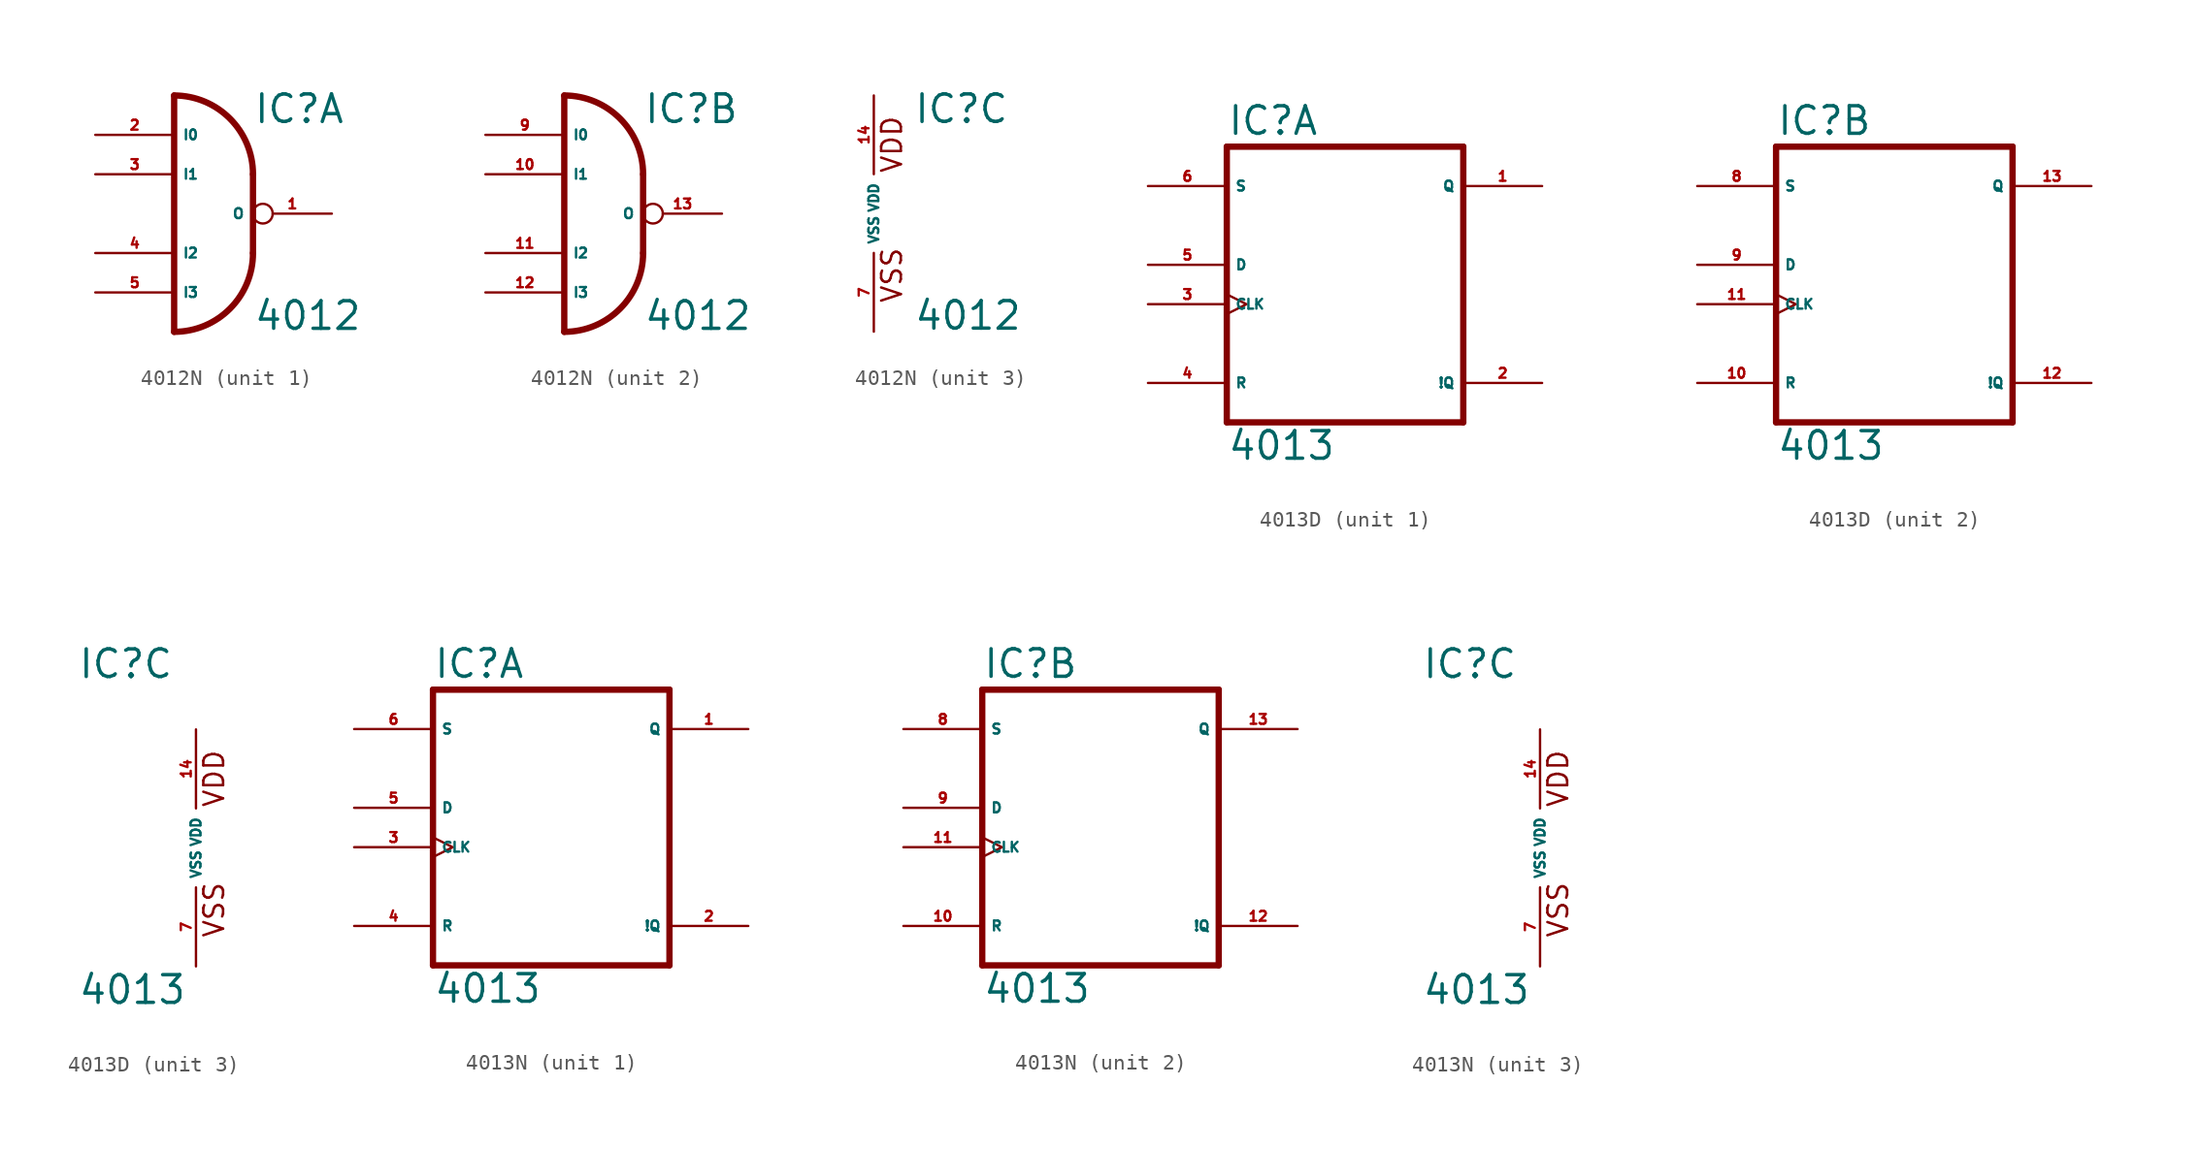
<source format=kicad_sym>
(kicad_symbol_lib
  (version 20220914)
  (generator Eagle2Kicad)
  (symbol "4012N"
    (property "Reference" "IC"
      (at 2.54 5.715 0)
      (effects (font (size 1.778 1.778) (thickness 0.22)) (justify left bottom)))
    (property "Value" "4012"
      (at 2.54 -7.62 0)
      (effects (font (size 1.778 1.778) (thickness 0.22)) (justify left bottom)))
    (symbol "4012N_1_0"
      (arc (start 2.54 2.54) (mid 1.052 6.132) (end -2.54 7.62) (stroke (width 0.4064) (type default)) (fill (type none)))
      (arc (start -2.54 -7.62) (mid 1.052 -6.132) (end 2.54 -2.54) (stroke (width 0.4064) (type default)) (fill (type none)))
      (polyline (pts (xy 2.54 2.54) (xy 2.54 -2.54)) (stroke (width 0.406) (type default)) (fill (type none)))
      (polyline (pts (xy -2.54 7.62) (xy -2.54 -7.62)) (stroke (width 0.406) (type default)) (fill (type none)))
      (pin output inverted (at 7.62 0 180) (length 5.08) (name "O" (effects (font (size 0.635 0.635) (thickness 0.08)) (justify left bottom))) (number "1" (effects (font (size 0.635 0.635) (thickness 0.08)) (justify left bottom))))
      (pin input line (at -7.62 5.08 0) (length 5.08) (name "I0" (effects (font (size 0.635 0.635) (thickness 0.08)) (justify left bottom))) (number "2" (effects (font (size 0.635 0.635) (thickness 0.08)) (justify left bottom))))
      (pin input line (at -7.62 2.54 0) (length 5.08) (name "I1" (effects (font (size 0.635 0.635) (thickness 0.08)) (justify left bottom))) (number "3" (effects (font (size 0.635 0.635) (thickness 0.08)) (justify left bottom))))
      (pin input line (at -7.62 -2.54 0) (length 5.08) (name "I2" (effects (font (size 0.635 0.635) (thickness 0.08)) (justify left bottom))) (number "4" (effects (font (size 0.635 0.635) (thickness 0.08)) (justify left bottom))))
      (pin input line (at -7.62 -5.08 0) (length 5.08) (name "I3" (effects (font (size 0.635 0.635) (thickness 0.08)) (justify left bottom))) (number "5" (effects (font (size 0.635 0.635) (thickness 0.08)) (justify left bottom)))))
    (symbol "4012N_2_0"
      (arc (start 2.54 2.54) (mid 1.052 6.132) (end -2.54 7.62) (stroke (width 0.4064) (type default)) (fill (type none)))
      (arc (start -2.54 -7.62) (mid 1.052 -6.132) (end 2.54 -2.54) (stroke (width 0.4064) (type default)) (fill (type none)))
      (polyline (pts (xy 2.54 2.54) (xy 2.54 -2.54)) (stroke (width 0.406) (type default)) (fill (type none)))
      (polyline (pts (xy -2.54 7.62) (xy -2.54 -7.62)) (stroke (width 0.406) (type default)) (fill (type none)))
      (pin output inverted (at 7.62 0 180) (length 5.08) (name "O" (effects (font (size 0.635 0.635) (thickness 0.08)) (justify left bottom))) (number "13" (effects (font (size 0.635 0.635) (thickness 0.08)) (justify left bottom))))
      (pin input line (at -7.62 5.08 0) (length 5.08) (name "I0" (effects (font (size 0.635 0.635) (thickness 0.08)) (justify left bottom))) (number "9" (effects (font (size 0.635 0.635) (thickness 0.08)) (justify left bottom))))
      (pin input line (at -7.62 2.54 0) (length 5.08) (name "I1" (effects (font (size 0.635 0.635) (thickness 0.08)) (justify left bottom))) (number "10" (effects (font (size 0.635 0.635) (thickness 0.08)) (justify left bottom))))
      (pin input line (at -7.62 -2.54 0) (length 5.08) (name "I2" (effects (font (size 0.635 0.635) (thickness 0.08)) (justify left bottom))) (number "11" (effects (font (size 0.635 0.635) (thickness 0.08)) (justify left bottom))))
      (pin input line (at -7.62 -5.08 0) (length 5.08) (name "I3" (effects (font (size 0.635 0.635) (thickness 0.08)) (justify left bottom))) (number "12" (effects (font (size 0.635 0.635) (thickness 0.08)) (justify left bottom)))))
    (symbol "4012N_3_0"
      (text "VDD" (at 1.905 2.54 900) (effects (font (size 1.27 1.27) (thickness 0.16)) (justify left bottom)))
      (text "VSS" (at 1.905 -5.842 900) (effects (font (size 1.27 1.27) (thickness 0.16)) (justify left bottom)))
      (pin unspecified line (at 0 -7.62 90) (length 5.08) (name "VSS" (effects (font (size 0.635 0.635) (thickness 0.08)) (justify left bottom))) (number "7" (effects (font (size 0.635 0.635) (thickness 0.08)) (justify left bottom))))
      (pin unspecified line (at 0 7.62 270) (length 5.08) (name "VDD" (effects (font (size 0.635 0.635) (thickness 0.08)) (justify left bottom))) (number "14" (effects (font (size 0.635 0.635) (thickness 0.08)) (justify left bottom))))))
  (symbol "4013D"
    (property "Reference" "IC"
      (at -7.62 10.795 0)
      (effects (font (size 1.778 1.778) (thickness 0.22)) (justify left bottom)))
    (property "Value" "4013"
      (at -7.62 -10.16 0)
      (effects (font (size 1.778 1.778) (thickness 0.22)) (justify left bottom)))
    (symbol "4013D_1_0"
      (polyline (pts (xy -7.62 -7.62) (xy 7.62 -7.62)) (stroke (width 0.406) (type default)) (fill (type none)))
      (polyline (pts (xy 7.62 -7.62) (xy 7.62 10.16)) (stroke (width 0.406) (type default)) (fill (type none)))
      (polyline (pts (xy 7.62 10.16) (xy -7.62 10.16)) (stroke (width 0.406) (type default)) (fill (type none)))
      (polyline (pts (xy -7.62 10.16) (xy -7.62 -7.62)) (stroke (width 0.406) (type default)) (fill (type none)))
      (pin output line (at 12.7 7.62 180) (length 5.08) (name "Q" (effects (font (size 0.635 0.635) (thickness 0.08)) (justify left bottom))) (number "1" (effects (font (size 0.635 0.635) (thickness 0.08)) (justify left bottom))))
      (pin output line (at 12.7 -5.08 180) (length 5.08) (name "!Q" (effects (font (size 0.635 0.635) (thickness 0.08)) (justify left bottom))) (number "2" (effects (font (size 0.635 0.635) (thickness 0.08)) (justify left bottom))))
      (pin input clock (at -12.7 0 0) (length 5.08) (name "CLK" (effects (font (size 0.635 0.635) (thickness 0.08)) (justify left bottom))) (number "3" (effects (font (size 0.635 0.635) (thickness 0.08)) (justify left bottom))))
      (pin input line (at -12.7 -5.08 0) (length 5.08) (name "R" (effects (font (size 0.635 0.635) (thickness 0.08)) (justify left bottom))) (number "4" (effects (font (size 0.635 0.635) (thickness 0.08)) (justify left bottom))))
      (pin input line (at -12.7 2.54 0) (length 5.08) (name "D" (effects (font (size 0.635 0.635) (thickness 0.08)) (justify left bottom))) (number "5" (effects (font (size 0.635 0.635) (thickness 0.08)) (justify left bottom))))
      (pin input line (at -12.7 7.62 0) (length 5.08) (name "S" (effects (font (size 0.635 0.635) (thickness 0.08)) (justify left bottom))) (number "6" (effects (font (size 0.635 0.635) (thickness 0.08)) (justify left bottom)))))
    (symbol "4013D_2_0"
      (polyline (pts (xy -7.62 -7.62) (xy 7.62 -7.62)) (stroke (width 0.406) (type default)) (fill (type none)))
      (polyline (pts (xy 7.62 -7.62) (xy 7.62 10.16)) (stroke (width 0.406) (type default)) (fill (type none)))
      (polyline (pts (xy 7.62 10.16) (xy -7.62 10.16)) (stroke (width 0.406) (type default)) (fill (type none)))
      (polyline (pts (xy -7.62 10.16) (xy -7.62 -7.62)) (stroke (width 0.406) (type default)) (fill (type none)))
      (pin output line (at 12.7 7.62 180) (length 5.08) (name "Q" (effects (font (size 0.635 0.635) (thickness 0.08)) (justify left bottom))) (number "13" (effects (font (size 0.635 0.635) (thickness 0.08)) (justify left bottom))))
      (pin output line (at 12.7 -5.08 180) (length 5.08) (name "!Q" (effects (font (size 0.635 0.635) (thickness 0.08)) (justify left bottom))) (number "12" (effects (font (size 0.635 0.635) (thickness 0.08)) (justify left bottom))))
      (pin input clock (at -12.7 0 0) (length 5.08) (name "CLK" (effects (font (size 0.635 0.635) (thickness 0.08)) (justify left bottom))) (number "11" (effects (font (size 0.635 0.635) (thickness 0.08)) (justify left bottom))))
      (pin input line (at -12.7 -5.08 0) (length 5.08) (name "R" (effects (font (size 0.635 0.635) (thickness 0.08)) (justify left bottom))) (number "10" (effects (font (size 0.635 0.635) (thickness 0.08)) (justify left bottom))))
      (pin input line (at -12.7 2.54 0) (length 5.08) (name "D" (effects (font (size 0.635 0.635) (thickness 0.08)) (justify left bottom))) (number "9" (effects (font (size 0.635 0.635) (thickness 0.08)) (justify left bottom))))
      (pin input line (at -12.7 7.62 0) (length 5.08) (name "S" (effects (font (size 0.635 0.635) (thickness 0.08)) (justify left bottom))) (number "8" (effects (font (size 0.635 0.635) (thickness 0.08)) (justify left bottom)))))
    (symbol "4013D_3_0"
      (text "VDD" (at 1.905 2.54 900) (effects (font (size 1.27 1.27) (thickness 0.16)) (justify left bottom)))
      (text "VSS" (at 1.905 -5.842 900) (effects (font (size 1.27 1.27) (thickness 0.16)) (justify left bottom)))
      (pin unspecified line (at 0 -7.62 90) (length 5.08) (name "VSS" (effects (font (size 0.635 0.635) (thickness 0.08)) (justify left bottom))) (number "7" (effects (font (size 0.635 0.635) (thickness 0.08)) (justify left bottom))))
      (pin unspecified line (at 0 7.62 270) (length 5.08) (name "VDD" (effects (font (size 0.635 0.635) (thickness 0.08)) (justify left bottom))) (number "14" (effects (font (size 0.635 0.635) (thickness 0.08)) (justify left bottom))))))
  (symbol "4013N"
    (property "Reference" "IC"
      (at -7.62 10.795 0)
      (effects (font (size 1.778 1.778) (thickness 0.22)) (justify left bottom)))
    (property "Value" "4013"
      (at -7.62 -10.16 0)
      (effects (font (size 1.778 1.778) (thickness 0.22)) (justify left bottom)))
    (symbol "4013N_1_0"
      (polyline (pts (xy -7.62 -7.62) (xy 7.62 -7.62)) (stroke (width 0.406) (type default)) (fill (type none)))
      (polyline (pts (xy 7.62 -7.62) (xy 7.62 10.16)) (stroke (width 0.406) (type default)) (fill (type none)))
      (polyline (pts (xy 7.62 10.16) (xy -7.62 10.16)) (stroke (width 0.406) (type default)) (fill (type none)))
      (polyline (pts (xy -7.62 10.16) (xy -7.62 -7.62)) (stroke (width 0.406) (type default)) (fill (type none)))
      (pin output line (at 12.7 7.62 180) (length 5.08) (name "Q" (effects (font (size 0.635 0.635) (thickness 0.08)) (justify left bottom))) (number "1" (effects (font (size 0.635 0.635) (thickness 0.08)) (justify left bottom))))
      (pin output line (at 12.7 -5.08 180) (length 5.08) (name "!Q" (effects (font (size 0.635 0.635) (thickness 0.08)) (justify left bottom))) (number "2" (effects (font (size 0.635 0.635) (thickness 0.08)) (justify left bottom))))
      (pin input clock (at -12.7 0 0) (length 5.08) (name "CLK" (effects (font (size 0.635 0.635) (thickness 0.08)) (justify left bottom))) (number "3" (effects (font (size 0.635 0.635) (thickness 0.08)) (justify left bottom))))
      (pin input line (at -12.7 -5.08 0) (length 5.08) (name "R" (effects (font (size 0.635 0.635) (thickness 0.08)) (justify left bottom))) (number "4" (effects (font (size 0.635 0.635) (thickness 0.08)) (justify left bottom))))
      (pin input line (at -12.7 2.54 0) (length 5.08) (name "D" (effects (font (size 0.635 0.635) (thickness 0.08)) (justify left bottom))) (number "5" (effects (font (size 0.635 0.635) (thickness 0.08)) (justify left bottom))))
      (pin input line (at -12.7 7.62 0) (length 5.08) (name "S" (effects (font (size 0.635 0.635) (thickness 0.08)) (justify left bottom))) (number "6" (effects (font (size 0.635 0.635) (thickness 0.08)) (justify left bottom)))))
    (symbol "4013N_2_0"
      (polyline (pts (xy -7.62 -7.62) (xy 7.62 -7.62)) (stroke (width 0.406) (type default)) (fill (type none)))
      (polyline (pts (xy 7.62 -7.62) (xy 7.62 10.16)) (stroke (width 0.406) (type default)) (fill (type none)))
      (polyline (pts (xy 7.62 10.16) (xy -7.62 10.16)) (stroke (width 0.406) (type default)) (fill (type none)))
      (polyline (pts (xy -7.62 10.16) (xy -7.62 -7.62)) (stroke (width 0.406) (type default)) (fill (type none)))
      (pin output line (at 12.7 7.62 180) (length 5.08) (name "Q" (effects (font (size 0.635 0.635) (thickness 0.08)) (justify left bottom))) (number "13" (effects (font (size 0.635 0.635) (thickness 0.08)) (justify left bottom))))
      (pin output line (at 12.7 -5.08 180) (length 5.08) (name "!Q" (effects (font (size 0.635 0.635) (thickness 0.08)) (justify left bottom))) (number "12" (effects (font (size 0.635 0.635) (thickness 0.08)) (justify left bottom))))
      (pin input clock (at -12.7 0 0) (length 5.08) (name "CLK" (effects (font (size 0.635 0.635) (thickness 0.08)) (justify left bottom))) (number "11" (effects (font (size 0.635 0.635) (thickness 0.08)) (justify left bottom))))
      (pin input line (at -12.7 -5.08 0) (length 5.08) (name "R" (effects (font (size 0.635 0.635) (thickness 0.08)) (justify left bottom))) (number "10" (effects (font (size 0.635 0.635) (thickness 0.08)) (justify left bottom))))
      (pin input line (at -12.7 2.54 0) (length 5.08) (name "D" (effects (font (size 0.635 0.635) (thickness 0.08)) (justify left bottom))) (number "9" (effects (font (size 0.635 0.635) (thickness 0.08)) (justify left bottom))))
      (pin input line (at -12.7 7.62 0) (length 5.08) (name "S" (effects (font (size 0.635 0.635) (thickness 0.08)) (justify left bottom))) (number "8" (effects (font (size 0.635 0.635) (thickness 0.08)) (justify left bottom)))))
    (symbol "4013N_3_0"
      (text "VDD" (at 1.905 2.54 900) (effects (font (size 1.27 1.27) (thickness 0.16)) (justify left bottom)))
      (text "VSS" (at 1.905 -5.842 900) (effects (font (size 1.27 1.27) (thickness 0.16)) (justify left bottom)))
      (pin unspecified line (at 0 -7.62 90) (length 5.08) (name "VSS" (effects (font (size 0.635 0.635) (thickness 0.08)) (justify left bottom))) (number "7" (effects (font (size 0.635 0.635) (thickness 0.08)) (justify left bottom))))
      (pin unspecified line (at 0 7.62 270) (length 5.08) (name "VDD" (effects (font (size 0.635 0.635) (thickness 0.08)) (justify left bottom))) (number "14" (effects (font (size 0.635 0.635) (thickness 0.08)) (justify left bottom)))))))
</source>
